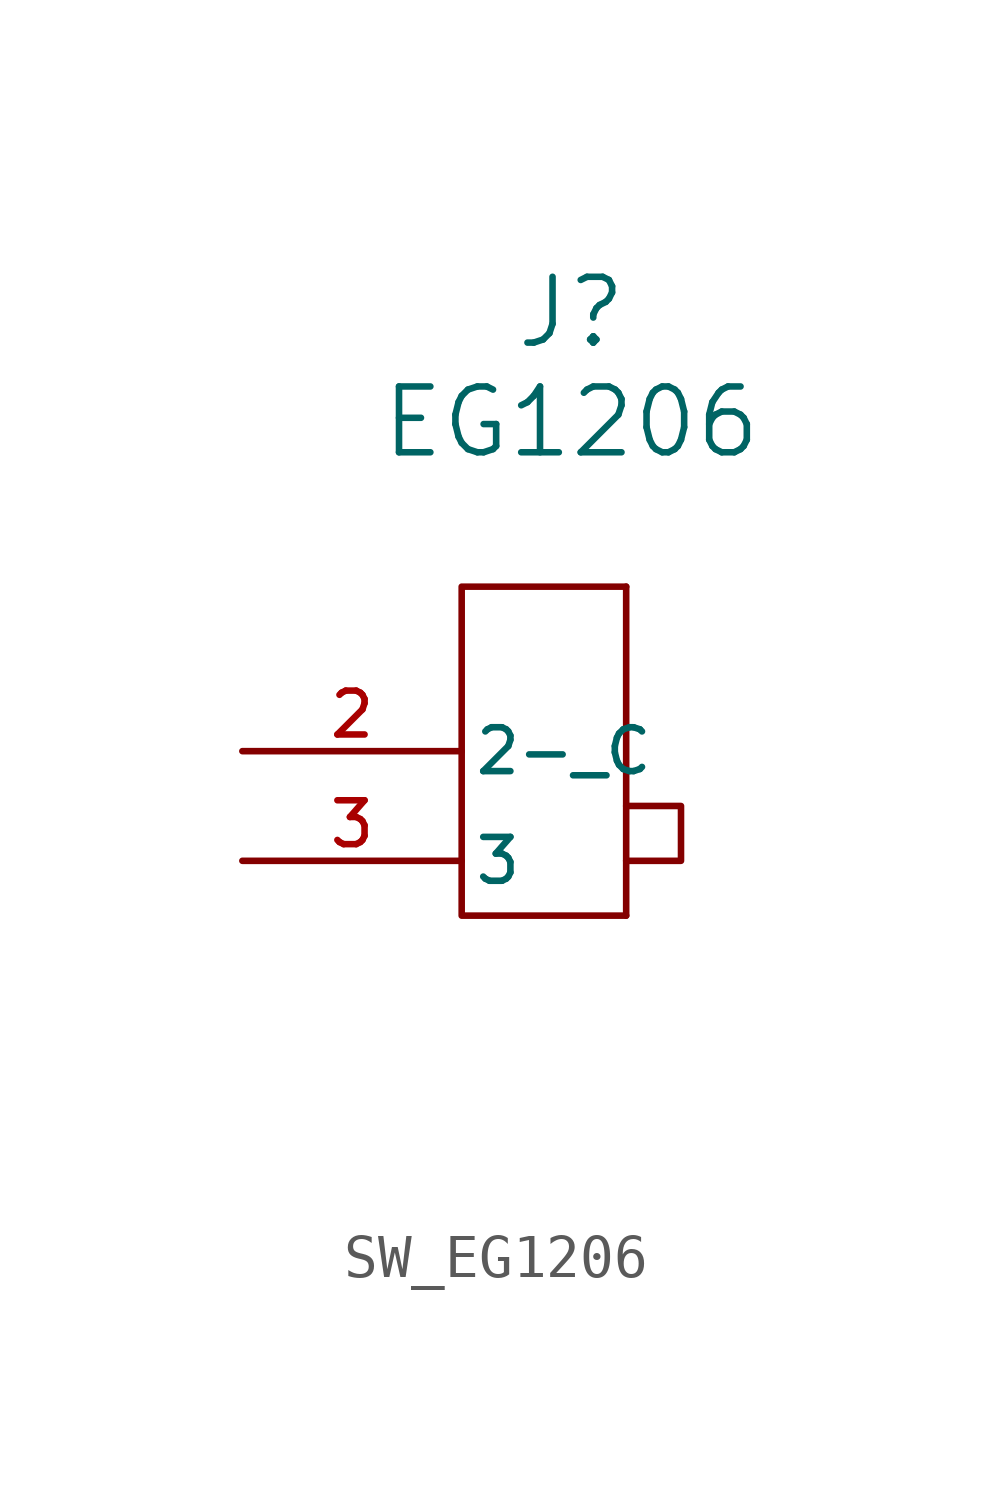
<source format=kicad_sym>
(kicad_symbol_lib
  (version 20231120)
  (generator "kicad_symbol_editor")
  (generator_version "8.0")
  (symbol "SW_EG1206"
    (pin_names
      (offset 0.254))
    (property "Reference" "J"
      (at 1.27 8.89 0)
      (effects (font (size 1.524 1.524))))
    (property "Value" "EG1206"
      (at 1.27 6.35 0)
      (effects (font (size 1.524 1.524))))
    (symbol "SW_EG1206_0_0"
      (pin bidirectional line (at -6.35 -1.27 0) (length 5.08) (name "2-_C" (effects (font (size 1.016 1.016)))) (number "2" (effects (font (size 1.016 1.016)))))
      (pin bidirectional line (at -6.35 -3.81 0) (length 5.08) (name "3" (effects (font (size 1.016 1.016)))) (number "3" (effects (font (size 1.016 1.016))))))
    (symbol "SW_EG1206_0_1"
      (polyline (pts (xy 2.54 -2.54) (xy 3.81 -2.54) (xy 3.81 -3.81) (xy 2.54 -3.81)) (stroke (width 0) (type default)) (fill (type none))))
    (symbol "SW_EG1206_1_0"
      (pin no_connect line (at 1.27 -3.81 90) (length 5.08) hide (name "1" (effects (font (size 1.016 1.016)))) (number "1" (effects (font (size 1.016 1.016)))))
      (pin no_connect line (at 0 -10.16 90) (length 5.08) hide (name "SH1" (effects (font (size 1.016 1.016)))) (number "SH1" (effects (font (size 1.016 1.016)))))
      (pin no_connect line (at 0 7.62 270) (length 5.08) hide (name "SH2" (effects (font (size 1.016 1.016)))) (number "SH2" (effects (font (size 1.016 1.016))))))
    (symbol "SW_EG1206_1_1"
      (polyline (pts (xy 2.54 2.54) (xy 2.54 -5.08)) (stroke (width 0) (type default)) (fill (type none)))
      (polyline (pts (xy 2.54 -5.08) (xy -1.27 -5.08) (xy -1.27 2.54) (xy 2.54 2.54)) (stroke (width 0) (type default)) (fill (type none))))))
</source>
